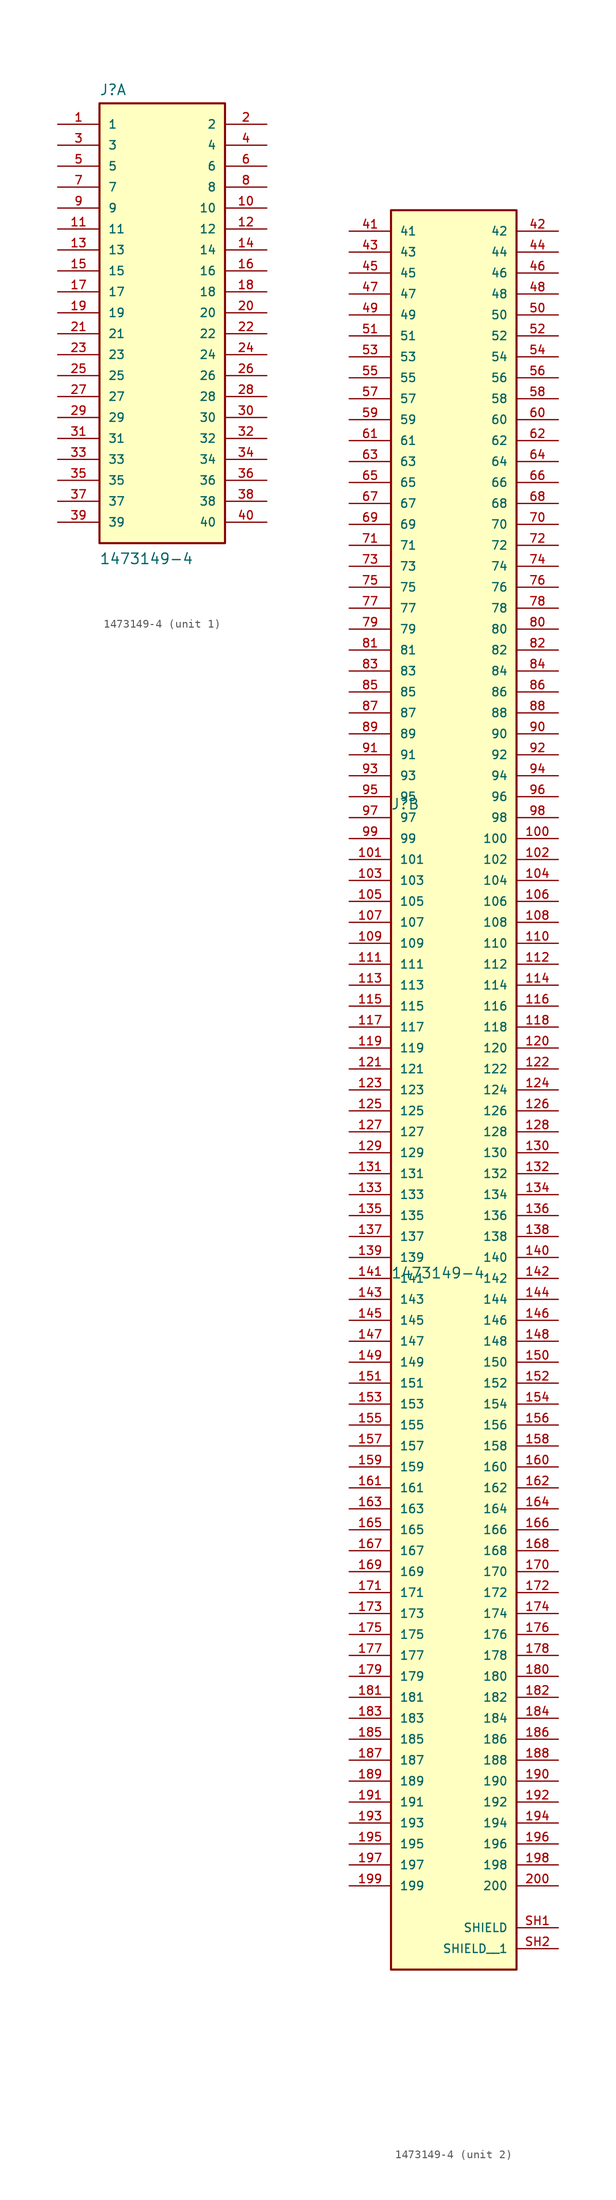
<source format=kicad_sym>
(kicad_symbol_lib
  (version 20211014)
  (generator https://github.com/uPesy/easyeda2kicad.py)
  (symbol "1473149-4"
    (pin_names
      (offset 1.016))
    (property "Reference" "J"
      (at -7.655 28.834 0)
      (effects (font (size 1.27 1.27)) (justify bottom left)))
    (property "Value" "1473149-4"
      (at -7.647 -28.038 0)
      (effects (font (size 1.27 1.27)) (justify bottom left)))
    (symbol "1473149-4_1_0"
      (rectangle (start -7.62 -25.4) (end 7.62 27.94) (stroke (width 0.254)) (fill (type background)))
      (pin passive line (at -12.7 25.4 0) (length 5.08) (name "1" (effects (font (size 1.016 1.016)))) (number "1" (effects (font (size 1.016 1.016)))))
      (pin passive line (at 12.7 25.4 180.0) (length 5.08) (name "2" (effects (font (size 1.016 1.016)))) (number "2" (effects (font (size 1.016 1.016)))))
      (pin passive line (at -12.7 22.86 0) (length 5.08) (name "3" (effects (font (size 1.016 1.016)))) (number "3" (effects (font (size 1.016 1.016)))))
      (pin passive line (at 12.7 22.86 180.0) (length 5.08) (name "4" (effects (font (size 1.016 1.016)))) (number "4" (effects (font (size 1.016 1.016)))))
      (pin passive line (at -12.7 20.32 0) (length 5.08) (name "5" (effects (font (size 1.016 1.016)))) (number "5" (effects (font (size 1.016 1.016)))))
      (pin passive line (at 12.7 20.32 180.0) (length 5.08) (name "6" (effects (font (size 1.016 1.016)))) (number "6" (effects (font (size 1.016 1.016)))))
      (pin passive line (at -12.7 17.78 0) (length 5.08) (name "7" (effects (font (size 1.016 1.016)))) (number "7" (effects (font (size 1.016 1.016)))))
      (pin passive line (at 12.7 17.78 180.0) (length 5.08) (name "8" (effects (font (size 1.016 1.016)))) (number "8" (effects (font (size 1.016 1.016)))))
      (pin passive line (at -12.7 15.24 0) (length 5.08) (name "9" (effects (font (size 1.016 1.016)))) (number "9" (effects (font (size 1.016 1.016)))))
      (pin passive line (at 12.7 15.24 180.0) (length 5.08) (name "10" (effects (font (size 1.016 1.016)))) (number "10" (effects (font (size 1.016 1.016)))))
      (pin passive line (at -12.7 12.7 0) (length 5.08) (name "11" (effects (font (size 1.016 1.016)))) (number "11" (effects (font (size 1.016 1.016)))))
      (pin passive line (at 12.7 12.7 180.0) (length 5.08) (name "12" (effects (font (size 1.016 1.016)))) (number "12" (effects (font (size 1.016 1.016)))))
      (pin passive line (at -12.7 10.16 0) (length 5.08) (name "13" (effects (font (size 1.016 1.016)))) (number "13" (effects (font (size 1.016 1.016)))))
      (pin passive line (at 12.7 10.16 180.0) (length 5.08) (name "14" (effects (font (size 1.016 1.016)))) (number "14" (effects (font (size 1.016 1.016)))))
      (pin passive line (at -12.7 7.62 0) (length 5.08) (name "15" (effects (font (size 1.016 1.016)))) (number "15" (effects (font (size 1.016 1.016)))))
      (pin passive line (at 12.7 7.62 180.0) (length 5.08) (name "16" (effects (font (size 1.016 1.016)))) (number "16" (effects (font (size 1.016 1.016)))))
      (pin passive line (at -12.7 5.08 0) (length 5.08) (name "17" (effects (font (size 1.016 1.016)))) (number "17" (effects (font (size 1.016 1.016)))))
      (pin passive line (at 12.7 5.08 180.0) (length 5.08) (name "18" (effects (font (size 1.016 1.016)))) (number "18" (effects (font (size 1.016 1.016)))))
      (pin passive line (at -12.7 2.54 0) (length 5.08) (name "19" (effects (font (size 1.016 1.016)))) (number "19" (effects (font (size 1.016 1.016)))))
      (pin passive line (at 12.7 2.54 180.0) (length 5.08) (name "20" (effects (font (size 1.016 1.016)))) (number "20" (effects (font (size 1.016 1.016)))))
      (pin passive line (at -12.7 0.0 0) (length 5.08) (name "21" (effects (font (size 1.016 1.016)))) (number "21" (effects (font (size 1.016 1.016)))))
      (pin passive line (at 12.7 0.0 180.0) (length 5.08) (name "22" (effects (font (size 1.016 1.016)))) (number "22" (effects (font (size 1.016 1.016)))))
      (pin passive line (at -12.7 -2.54 0) (length 5.08) (name "23" (effects (font (size 1.016 1.016)))) (number "23" (effects (font (size 1.016 1.016)))))
      (pin passive line (at 12.7 -2.54 180.0) (length 5.08) (name "24" (effects (font (size 1.016 1.016)))) (number "24" (effects (font (size 1.016 1.016)))))
      (pin passive line (at -12.7 -5.08 0) (length 5.08) (name "25" (effects (font (size 1.016 1.016)))) (number "25" (effects (font (size 1.016 1.016)))))
      (pin passive line (at 12.7 -5.08 180.0) (length 5.08) (name "26" (effects (font (size 1.016 1.016)))) (number "26" (effects (font (size 1.016 1.016)))))
      (pin passive line (at -12.7 -7.62 0) (length 5.08) (name "27" (effects (font (size 1.016 1.016)))) (number "27" (effects (font (size 1.016 1.016)))))
      (pin passive line (at 12.7 -7.62 180.0) (length 5.08) (name "28" (effects (font (size 1.016 1.016)))) (number "28" (effects (font (size 1.016 1.016)))))
      (pin passive line (at -12.7 -10.16 0) (length 5.08) (name "29" (effects (font (size 1.016 1.016)))) (number "29" (effects (font (size 1.016 1.016)))))
      (pin passive line (at 12.7 -10.16 180.0) (length 5.08) (name "30" (effects (font (size 1.016 1.016)))) (number "30" (effects (font (size 1.016 1.016)))))
      (pin passive line (at -12.7 -12.7 0) (length 5.08) (name "31" (effects (font (size 1.016 1.016)))) (number "31" (effects (font (size 1.016 1.016)))))
      (pin passive line (at 12.7 -12.7 180.0) (length 5.08) (name "32" (effects (font (size 1.016 1.016)))) (number "32" (effects (font (size 1.016 1.016)))))
      (pin passive line (at -12.7 -15.24 0) (length 5.08) (name "33" (effects (font (size 1.016 1.016)))) (number "33" (effects (font (size 1.016 1.016)))))
      (pin passive line (at 12.7 -15.24 180.0) (length 5.08) (name "34" (effects (font (size 1.016 1.016)))) (number "34" (effects (font (size 1.016 1.016)))))
      (pin passive line (at -12.7 -17.78 0) (length 5.08) (name "35" (effects (font (size 1.016 1.016)))) (number "35" (effects (font (size 1.016 1.016)))))
      (pin passive line (at 12.7 -17.78 180.0) (length 5.08) (name "36" (effects (font (size 1.016 1.016)))) (number "36" (effects (font (size 1.016 1.016)))))
      (pin passive line (at -12.7 -20.32 0) (length 5.08) (name "37" (effects (font (size 1.016 1.016)))) (number "37" (effects (font (size 1.016 1.016)))))
      (pin passive line (at 12.7 -20.32 180.0) (length 5.08) (name "38" (effects (font (size 1.016 1.016)))) (number "38" (effects (font (size 1.016 1.016)))))
      (pin passive line (at -12.7 -22.86 0) (length 5.08) (name "39" (effects (font (size 1.016 1.016)))) (number "39" (effects (font (size 1.016 1.016)))))
      (pin passive line (at 12.7 -22.86 180.0) (length 5.08) (name "40" (effects (font (size 1.016 1.016)))) (number "40" (effects (font (size 1.016 1.016))))))
    (symbol "1473149-4_2_0"
      (rectangle (start -7.62 -111.76) (end 7.62 101.6) (stroke (width 0.254)) (fill (type background)))
      (pin passive line (at -12.7 22.86 0) (length 5.08) (name "101" (effects (font (size 1.016 1.016)))) (number "101" (effects (font (size 1.016 1.016)))))
      (pin passive line (at 12.7 22.86 180.0) (length 5.08) (name "102" (effects (font (size 1.016 1.016)))) (number "102" (effects (font (size 1.016 1.016)))))
      (pin passive line (at -12.7 20.32 0) (length 5.08) (name "103" (effects (font (size 1.016 1.016)))) (number "103" (effects (font (size 1.016 1.016)))))
      (pin passive line (at 12.7 20.32 180.0) (length 5.08) (name "104" (effects (font (size 1.016 1.016)))) (number "104" (effects (font (size 1.016 1.016)))))
      (pin passive line (at -12.7 17.78 0) (length 5.08) (name "105" (effects (font (size 1.016 1.016)))) (number "105" (effects (font (size 1.016 1.016)))))
      (pin passive line (at 12.7 17.78 180.0) (length 5.08) (name "106" (effects (font (size 1.016 1.016)))) (number "106" (effects (font (size 1.016 1.016)))))
      (pin passive line (at -12.7 15.24 0) (length 5.08) (name "107" (effects (font (size 1.016 1.016)))) (number "107" (effects (font (size 1.016 1.016)))))
      (pin passive line (at 12.7 15.24 180.0) (length 5.08) (name "108" (effects (font (size 1.016 1.016)))) (number "108" (effects (font (size 1.016 1.016)))))
      (pin passive line (at -12.7 12.7 0) (length 5.08) (name "109" (effects (font (size 1.016 1.016)))) (number "109" (effects (font (size 1.016 1.016)))))
      (pin passive line (at 12.7 12.7 180.0) (length 5.08) (name "110" (effects (font (size 1.016 1.016)))) (number "110" (effects (font (size 1.016 1.016)))))
      (pin passive line (at -12.7 10.16 0) (length 5.08) (name "111" (effects (font (size 1.016 1.016)))) (number "111" (effects (font (size 1.016 1.016)))))
      (pin passive line (at 12.7 10.16 180.0) (length 5.08) (name "112" (effects (font (size 1.016 1.016)))) (number "112" (effects (font (size 1.016 1.016)))))
      (pin passive line (at -12.7 7.62 0) (length 5.08) (name "113" (effects (font (size 1.016 1.016)))) (number "113" (effects (font (size 1.016 1.016)))))
      (pin passive line (at 12.7 7.62 180.0) (length 5.08) (name "114" (effects (font (size 1.016 1.016)))) (number "114" (effects (font (size 1.016 1.016)))))
      (pin passive line (at -12.7 5.08 0) (length 5.08) (name "115" (effects (font (size 1.016 1.016)))) (number "115" (effects (font (size 1.016 1.016)))))
      (pin passive line (at 12.7 5.08 180.0) (length 5.08) (name "116" (effects (font (size 1.016 1.016)))) (number "116" (effects (font (size 1.016 1.016)))))
      (pin passive line (at -12.7 2.54 0) (length 5.08) (name "117" (effects (font (size 1.016 1.016)))) (number "117" (effects (font (size 1.016 1.016)))))
      (pin passive line (at 12.7 2.54 180.0) (length 5.08) (name "118" (effects (font (size 1.016 1.016)))) (number "118" (effects (font (size 1.016 1.016)))))
      (pin passive line (at -12.7 0.0 0) (length 5.08) (name "119" (effects (font (size 1.016 1.016)))) (number "119" (effects (font (size 1.016 1.016)))))
      (pin passive line (at 12.7 0.0 180.0) (length 5.08) (name "120" (effects (font (size 1.016 1.016)))) (number "120" (effects (font (size 1.016 1.016)))))
      (pin passive line (at -12.7 -2.54 0) (length 5.08) (name "121" (effects (font (size 1.016 1.016)))) (number "121" (effects (font (size 1.016 1.016)))))
      (pin passive line (at 12.7 -2.54 180.0) (length 5.08) (name "122" (effects (font (size 1.016 1.016)))) (number "122" (effects (font (size 1.016 1.016)))))
      (pin passive line (at -12.7 -5.08 0) (length 5.08) (name "123" (effects (font (size 1.016 1.016)))) (number "123" (effects (font (size 1.016 1.016)))))
      (pin passive line (at 12.7 -5.08 180.0) (length 5.08) (name "124" (effects (font (size 1.016 1.016)))) (number "124" (effects (font (size 1.016 1.016)))))
      (pin passive line (at -12.7 -7.62 0) (length 5.08) (name "125" (effects (font (size 1.016 1.016)))) (number "125" (effects (font (size 1.016 1.016)))))
      (pin passive line (at 12.7 -7.62 180.0) (length 5.08) (name "126" (effects (font (size 1.016 1.016)))) (number "126" (effects (font (size 1.016 1.016)))))
      (pin passive line (at -12.7 -10.16 0) (length 5.08) (name "127" (effects (font (size 1.016 1.016)))) (number "127" (effects (font (size 1.016 1.016)))))
      (pin passive line (at 12.7 -10.16 180.0) (length 5.08) (name "128" (effects (font (size 1.016 1.016)))) (number "128" (effects (font (size 1.016 1.016)))))
      (pin passive line (at -12.7 -12.7 0) (length 5.08) (name "129" (effects (font (size 1.016 1.016)))) (number "129" (effects (font (size 1.016 1.016)))))
      (pin passive line (at 12.7 -12.7 180.0) (length 5.08) (name "130" (effects (font (size 1.016 1.016)))) (number "130" (effects (font (size 1.016 1.016)))))
      (pin passive line (at -12.7 -15.24 0) (length 5.08) (name "131" (effects (font (size 1.016 1.016)))) (number "131" (effects (font (size 1.016 1.016)))))
      (pin passive line (at 12.7 -15.24 180.0) (length 5.08) (name "132" (effects (font (size 1.016 1.016)))) (number "132" (effects (font (size 1.016 1.016)))))
      (pin passive line (at -12.7 -17.78 0) (length 5.08) (name "133" (effects (font (size 1.016 1.016)))) (number "133" (effects (font (size 1.016 1.016)))))
      (pin passive line (at 12.7 -17.78 180.0) (length 5.08) (name "134" (effects (font (size 1.016 1.016)))) (number "134" (effects (font (size 1.016 1.016)))))
      (pin passive line (at -12.7 -20.32 0) (length 5.08) (name "135" (effects (font (size 1.016 1.016)))) (number "135" (effects (font (size 1.016 1.016)))))
      (pin passive line (at 12.7 -20.32 180.0) (length 5.08) (name "136" (effects (font (size 1.016 1.016)))) (number "136" (effects (font (size 1.016 1.016)))))
      (pin passive line (at -12.7 -22.86 0) (length 5.08) (name "137" (effects (font (size 1.016 1.016)))) (number "137" (effects (font (size 1.016 1.016)))))
      (pin passive line (at 12.7 -22.86 180.0) (length 5.08) (name "138" (effects (font (size 1.016 1.016)))) (number "138" (effects (font (size 1.016 1.016)))))
      (pin passive line (at -12.7 -25.4 0) (length 5.08) (name "139" (effects (font (size 1.016 1.016)))) (number "139" (effects (font (size 1.016 1.016)))))
      (pin passive line (at 12.7 -25.4 180.0) (length 5.08) (name "140" (effects (font (size 1.016 1.016)))) (number "140" (effects (font (size 1.016 1.016)))))
      (pin passive line (at -12.7 -27.94 0) (length 5.08) (name "141" (effects (font (size 1.016 1.016)))) (number "141" (effects (font (size 1.016 1.016)))))
      (pin passive line (at 12.7 -27.94 180.0) (length 5.08) (name "142" (effects (font (size 1.016 1.016)))) (number "142" (effects (font (size 1.016 1.016)))))
      (pin passive line (at -12.7 -30.48 0) (length 5.08) (name "143" (effects (font (size 1.016 1.016)))) (number "143" (effects (font (size 1.016 1.016)))))
      (pin passive line (at 12.7 -30.48 180.0) (length 5.08) (name "144" (effects (font (size 1.016 1.016)))) (number "144" (effects (font (size 1.016 1.016)))))
      (pin passive line (at -12.7 -33.02 0) (length 5.08) (name "145" (effects (font (size 1.016 1.016)))) (number "145" (effects (font (size 1.016 1.016)))))
      (pin passive line (at 12.7 -33.02 180.0) (length 5.08) (name "146" (effects (font (size 1.016 1.016)))) (number "146" (effects (font (size 1.016 1.016)))))
      (pin passive line (at -12.7 -35.56 0) (length 5.08) (name "147" (effects (font (size 1.016 1.016)))) (number "147" (effects (font (size 1.016 1.016)))))
      (pin passive line (at 12.7 -35.56 180.0) (length 5.08) (name "148" (effects (font (size 1.016 1.016)))) (number "148" (effects (font (size 1.016 1.016)))))
      (pin passive line (at -12.7 -38.1 0) (length 5.08) (name "149" (effects (font (size 1.016 1.016)))) (number "149" (effects (font (size 1.016 1.016)))))
      (pin passive line (at 12.7 -38.1 180.0) (length 5.08) (name "150" (effects (font (size 1.016 1.016)))) (number "150" (effects (font (size 1.016 1.016)))))
      (pin passive line (at -12.7 -40.64 0) (length 5.08) (name "151" (effects (font (size 1.016 1.016)))) (number "151" (effects (font (size 1.016 1.016)))))
      (pin passive line (at 12.7 -40.64 180.0) (length 5.08) (name "152" (effects (font (size 1.016 1.016)))) (number "152" (effects (font (size 1.016 1.016)))))
      (pin passive line (at -12.7 -43.18 0) (length 5.08) (name "153" (effects (font (size 1.016 1.016)))) (number "153" (effects (font (size 1.016 1.016)))))
      (pin passive line (at 12.7 -43.18 180.0) (length 5.08) (name "154" (effects (font (size 1.016 1.016)))) (number "154" (effects (font (size 1.016 1.016)))))
      (pin passive line (at -12.7 -45.72 0) (length 5.08) (name "155" (effects (font (size 1.016 1.016)))) (number "155" (effects (font (size 1.016 1.016)))))
      (pin passive line (at 12.7 -45.72 180.0) (length 5.08) (name "156" (effects (font (size 1.016 1.016)))) (number "156" (effects (font (size 1.016 1.016)))))
      (pin passive line (at -12.7 -48.26 0) (length 5.08) (name "157" (effects (font (size 1.016 1.016)))) (number "157" (effects (font (size 1.016 1.016)))))
      (pin passive line (at 12.7 -48.26 180.0) (length 5.08) (name "158" (effects (font (size 1.016 1.016)))) (number "158" (effects (font (size 1.016 1.016)))))
      (pin passive line (at -12.7 -50.8 0) (length 5.08) (name "159" (effects (font (size 1.016 1.016)))) (number "159" (effects (font (size 1.016 1.016)))))
      (pin passive line (at 12.7 -50.8 180.0) (length 5.08) (name "160" (effects (font (size 1.016 1.016)))) (number "160" (effects (font (size 1.016 1.016)))))
      (pin passive line (at -12.7 -53.34 0) (length 5.08) (name "161" (effects (font (size 1.016 1.016)))) (number "161" (effects (font (size 1.016 1.016)))))
      (pin passive line (at 12.7 -53.34 180.0) (length 5.08) (name "162" (effects (font (size 1.016 1.016)))) (number "162" (effects (font (size 1.016 1.016)))))
      (pin passive line (at -12.7 -55.88 0) (length 5.08) (name "163" (effects (font (size 1.016 1.016)))) (number "163" (effects (font (size 1.016 1.016)))))
      (pin passive line (at 12.7 -55.88 180.0) (length 5.08) (name "164" (effects (font (size 1.016 1.016)))) (number "164" (effects (font (size 1.016 1.016)))))
      (pin passive line (at -12.7 -58.42 0) (length 5.08) (name "165" (effects (font (size 1.016 1.016)))) (number "165" (effects (font (size 1.016 1.016)))))
      (pin passive line (at 12.7 -58.42 180.0) (length 5.08) (name "166" (effects (font (size 1.016 1.016)))) (number "166" (effects (font (size 1.016 1.016)))))
      (pin passive line (at -12.7 -60.96 0) (length 5.08) (name "167" (effects (font (size 1.016 1.016)))) (number "167" (effects (font (size 1.016 1.016)))))
      (pin passive line (at 12.7 -60.96 180.0) (length 5.08) (name "168" (effects (font (size 1.016 1.016)))) (number "168" (effects (font (size 1.016 1.016)))))
      (pin passive line (at -12.7 -63.5 0) (length 5.08) (name "169" (effects (font (size 1.016 1.016)))) (number "169" (effects (font (size 1.016 1.016)))))
      (pin passive line (at 12.7 -63.5 180.0) (length 5.08) (name "170" (effects (font (size 1.016 1.016)))) (number "170" (effects (font (size 1.016 1.016)))))
      (pin passive line (at -12.7 -66.04 0) (length 5.08) (name "171" (effects (font (size 1.016 1.016)))) (number "171" (effects (font (size 1.016 1.016)))))
      (pin passive line (at 12.7 -66.04 180.0) (length 5.08) (name "172" (effects (font (size 1.016 1.016)))) (number "172" (effects (font (size 1.016 1.016)))))
      (pin passive line (at -12.7 -68.58 0) (length 5.08) (name "173" (effects (font (size 1.016 1.016)))) (number "173" (effects (font (size 1.016 1.016)))))
      (pin passive line (at 12.7 -68.58 180.0) (length 5.08) (name "174" (effects (font (size 1.016 1.016)))) (number "174" (effects (font (size 1.016 1.016)))))
      (pin passive line (at -12.7 -71.12 0) (length 5.08) (name "175" (effects (font (size 1.016 1.016)))) (number "175" (effects (font (size 1.016 1.016)))))
      (pin passive line (at 12.7 -71.12 180.0) (length 5.08) (name "176" (effects (font (size 1.016 1.016)))) (number "176" (effects (font (size 1.016 1.016)))))
      (pin passive line (at -12.7 -73.66 0) (length 5.08) (name "177" (effects (font (size 1.016 1.016)))) (number "177" (effects (font (size 1.016 1.016)))))
      (pin passive line (at 12.7 -73.66 180.0) (length 5.08) (name "178" (effects (font (size 1.016 1.016)))) (number "178" (effects (font (size 1.016 1.016)))))
      (pin passive line (at -12.7 -76.2 0) (length 5.08) (name "179" (effects (font (size 1.016 1.016)))) (number "179" (effects (font (size 1.016 1.016)))))
      (pin passive line (at 12.7 -76.2 180.0) (length 5.08) (name "180" (effects (font (size 1.016 1.016)))) (number "180" (effects (font (size 1.016 1.016)))))
      (pin passive line (at -12.7 -78.74 0) (length 5.08) (name "181" (effects (font (size 1.016 1.016)))) (number "181" (effects (font (size 1.016 1.016)))))
      (pin passive line (at 12.7 -78.74 180.0) (length 5.08) (name "182" (effects (font (size 1.016 1.016)))) (number "182" (effects (font (size 1.016 1.016)))))
      (pin passive line (at -12.7 -81.28 0) (length 5.08) (name "183" (effects (font (size 1.016 1.016)))) (number "183" (effects (font (size 1.016 1.016)))))
      (pin passive line (at 12.7 -81.28 180.0) (length 5.08) (name "184" (effects (font (size 1.016 1.016)))) (number "184" (effects (font (size 1.016 1.016)))))
      (pin passive line (at -12.7 -83.82 0) (length 5.08) (name "185" (effects (font (size 1.016 1.016)))) (number "185" (effects (font (size 1.016 1.016)))))
      (pin passive line (at 12.7 -83.82 180.0) (length 5.08) (name "186" (effects (font (size 1.016 1.016)))) (number "186" (effects (font (size 1.016 1.016)))))
      (pin passive line (at -12.7 -86.36 0) (length 5.08) (name "187" (effects (font (size 1.016 1.016)))) (number "187" (effects (font (size 1.016 1.016)))))
      (pin passive line (at 12.7 -86.36 180.0) (length 5.08) (name "188" (effects (font (size 1.016 1.016)))) (number "188" (effects (font (size 1.016 1.016)))))
      (pin passive line (at -12.7 -88.9 0) (length 5.08) (name "189" (effects (font (size 1.016 1.016)))) (number "189" (effects (font (size 1.016 1.016)))))
      (pin passive line (at 12.7 -88.9 180.0) (length 5.08) (name "190" (effects (font (size 1.016 1.016)))) (number "190" (effects (font (size 1.016 1.016)))))
      (pin passive line (at -12.7 -91.44 0) (length 5.08) (name "191" (effects (font (size 1.016 1.016)))) (number "191" (effects (font (size 1.016 1.016)))))
      (pin passive line (at 12.7 -91.44 180.0) (length 5.08) (name "192" (effects (font (size 1.016 1.016)))) (number "192" (effects (font (size 1.016 1.016)))))
      (pin passive line (at -12.7 -93.98 0) (length 5.08) (name "193" (effects (font (size 1.016 1.016)))) (number "193" (effects (font (size 1.016 1.016)))))
      (pin passive line (at 12.7 -93.98 180.0) (length 5.08) (name "194" (effects (font (size 1.016 1.016)))) (number "194" (effects (font (size 1.016 1.016)))))
      (pin passive line (at -12.7 -96.52 0) (length 5.08) (name "195" (effects (font (size 1.016 1.016)))) (number "195" (effects (font (size 1.016 1.016)))))
      (pin passive line (at 12.7 -96.52 180.0) (length 5.08) (name "196" (effects (font (size 1.016 1.016)))) (number "196" (effects (font (size 1.016 1.016)))))
      (pin passive line (at -12.7 -99.06 0) (length 5.08) (name "197" (effects (font (size 1.016 1.016)))) (number "197" (effects (font (size 1.016 1.016)))))
      (pin passive line (at 12.7 -99.06 180.0) (length 5.08) (name "198" (effects (font (size 1.016 1.016)))) (number "198" (effects (font (size 1.016 1.016)))))
      (pin passive line (at -12.7 -101.6 0) (length 5.08) (name "199" (effects (font (size 1.016 1.016)))) (number "199" (effects (font (size 1.016 1.016)))))
      (pin passive line (at 12.7 -101.6 180.0) (length 5.08) (name "200" (effects (font (size 1.016 1.016)))) (number "200" (effects (font (size 1.016 1.016)))))
      (pin passive line (at 12.7 -106.68 180.0) (length 5.08) (name "SHIELD" (effects (font (size 1.016 1.016)))) (number "SH1" (effects (font (size 1.016 1.016)))))
      (pin passive line (at -12.7 99.06 0) (length 5.08) (name "41" (effects (font (size 1.016 1.016)))) (number "41" (effects (font (size 1.016 1.016)))))
      (pin passive line (at 12.7 99.06 180.0) (length 5.08) (name "42" (effects (font (size 1.016 1.016)))) (number "42" (effects (font (size 1.016 1.016)))))
      (pin passive line (at -12.7 96.52 0) (length 5.08) (name "43" (effects (font (size 1.016 1.016)))) (number "43" (effects (font (size 1.016 1.016)))))
      (pin passive line (at 12.7 96.52 180.0) (length 5.08) (name "44" (effects (font (size 1.016 1.016)))) (number "44" (effects (font (size 1.016 1.016)))))
      (pin passive line (at -12.7 93.98 0) (length 5.08) (name "45" (effects (font (size 1.016 1.016)))) (number "45" (effects (font (size 1.016 1.016)))))
      (pin passive line (at 12.7 93.98 180.0) (length 5.08) (name "46" (effects (font (size 1.016 1.016)))) (number "46" (effects (font (size 1.016 1.016)))))
      (pin passive line (at -12.7 91.44 0) (length 5.08) (name "47" (effects (font (size 1.016 1.016)))) (number "47" (effects (font (size 1.016 1.016)))))
      (pin passive line (at 12.7 91.44 180.0) (length 5.08) (name "48" (effects (font (size 1.016 1.016)))) (number "48" (effects (font (size 1.016 1.016)))))
      (pin passive line (at -12.7 88.9 0) (length 5.08) (name "49" (effects (font (size 1.016 1.016)))) (number "49" (effects (font (size 1.016 1.016)))))
      (pin passive line (at 12.7 88.9 180.0) (length 5.08) (name "50" (effects (font (size 1.016 1.016)))) (number "50" (effects (font (size 1.016 1.016)))))
      (pin passive line (at -12.7 86.36 0) (length 5.08) (name "51" (effects (font (size 1.016 1.016)))) (number "51" (effects (font (size 1.016 1.016)))))
      (pin passive line (at 12.7 86.36 180.0) (length 5.08) (name "52" (effects (font (size 1.016 1.016)))) (number "52" (effects (font (size 1.016 1.016)))))
      (pin passive line (at -12.7 83.82 0) (length 5.08) (name "53" (effects (font (size 1.016 1.016)))) (number "53" (effects (font (size 1.016 1.016)))))
      (pin passive line (at 12.7 83.82 180.0) (length 5.08) (name "54" (effects (font (size 1.016 1.016)))) (number "54" (effects (font (size 1.016 1.016)))))
      (pin passive line (at -12.7 81.28 0) (length 5.08) (name "55" (effects (font (size 1.016 1.016)))) (number "55" (effects (font (size 1.016 1.016)))))
      (pin passive line (at 12.7 81.28 180.0) (length 5.08) (name "56" (effects (font (size 1.016 1.016)))) (number "56" (effects (font (size 1.016 1.016)))))
      (pin passive line (at -12.7 78.74 0) (length 5.08) (name "57" (effects (font (size 1.016 1.016)))) (number "57" (effects (font (size 1.016 1.016)))))
      (pin passive line (at 12.7 78.74 180.0) (length 5.08) (name "58" (effects (font (size 1.016 1.016)))) (number "58" (effects (font (size 1.016 1.016)))))
      (pin passive line (at -12.7 76.2 0) (length 5.08) (name "59" (effects (font (size 1.016 1.016)))) (number "59" (effects (font (size 1.016 1.016)))))
      (pin passive line (at 12.7 76.2 180.0) (length 5.08) (name "60" (effects (font (size 1.016 1.016)))) (number "60" (effects (font (size 1.016 1.016)))))
      (pin passive line (at -12.7 73.66 0) (length 5.08) (name "61" (effects (font (size 1.016 1.016)))) (number "61" (effects (font (size 1.016 1.016)))))
      (pin passive line (at 12.7 73.66 180.0) (length 5.08) (name "62" (effects (font (size 1.016 1.016)))) (number "62" (effects (font (size 1.016 1.016)))))
      (pin passive line (at -12.7 71.12 0) (length 5.08) (name "63" (effects (font (size 1.016 1.016)))) (number "63" (effects (font (size 1.016 1.016)))))
      (pin passive line (at 12.7 71.12 180.0) (length 5.08) (name "64" (effects (font (size 1.016 1.016)))) (number "64" (effects (font (size 1.016 1.016)))))
      (pin passive line (at -12.7 68.58 0) (length 5.08) (name "65" (effects (font (size 1.016 1.016)))) (number "65" (effects (font (size 1.016 1.016)))))
      (pin passive line (at 12.7 68.58 180.0) (length 5.08) (name "66" (effects (font (size 1.016 1.016)))) (number "66" (effects (font (size 1.016 1.016)))))
      (pin passive line (at -12.7 66.04 0) (length 5.08) (name "67" (effects (font (size 1.016 1.016)))) (number "67" (effects (font (size 1.016 1.016)))))
      (pin passive line (at 12.7 66.04 180.0) (length 5.08) (name "68" (effects (font (size 1.016 1.016)))) (number "68" (effects (font (size 1.016 1.016)))))
      (pin passive line (at -12.7 63.5 0) (length 5.08) (name "69" (effects (font (size 1.016 1.016)))) (number "69" (effects (font (size 1.016 1.016)))))
      (pin passive line (at 12.7 63.5 180.0) (length 5.08) (name "70" (effects (font (size 1.016 1.016)))) (number "70" (effects (font (size 1.016 1.016)))))
      (pin passive line (at -12.7 60.96 0) (length 5.08) (name "71" (effects (font (size 1.016 1.016)))) (number "71" (effects (font (size 1.016 1.016)))))
      (pin passive line (at 12.7 60.96 180.0) (length 5.08) (name "72" (effects (font (size 1.016 1.016)))) (number "72" (effects (font (size 1.016 1.016)))))
      (pin passive line (at -12.7 58.42 0) (length 5.08) (name "73" (effects (font (size 1.016 1.016)))) (number "73" (effects (font (size 1.016 1.016)))))
      (pin passive line (at 12.7 58.42 180.0) (length 5.08) (name "74" (effects (font (size 1.016 1.016)))) (number "74" (effects (font (size 1.016 1.016)))))
      (pin passive line (at -12.7 55.88 0) (length 5.08) (name "75" (effects (font (size 1.016 1.016)))) (number "75" (effects (font (size 1.016 1.016)))))
      (pin passive line (at 12.7 55.88 180.0) (length 5.08) (name "76" (effects (font (size 1.016 1.016)))) (number "76" (effects (font (size 1.016 1.016)))))
      (pin passive line (at -12.7 53.34 0) (length 5.08) (name "77" (effects (font (size 1.016 1.016)))) (number "77" (effects (font (size 1.016 1.016)))))
      (pin passive line (at 12.7 53.34 180.0) (length 5.08) (name "78" (effects (font (size 1.016 1.016)))) (number "78" (effects (font (size 1.016 1.016)))))
      (pin passive line (at -12.7 50.8 0) (length 5.08) (name "79" (effects (font (size 1.016 1.016)))) (number "79" (effects (font (size 1.016 1.016)))))
      (pin passive line (at 12.7 50.8 180.0) (length 5.08) (name "80" (effects (font (size 1.016 1.016)))) (number "80" (effects (font (size 1.016 1.016)))))
      (pin passive line (at -12.7 48.26 0) (length 5.08) (name "81" (effects (font (size 1.016 1.016)))) (number "81" (effects (font (size 1.016 1.016)))))
      (pin passive line (at 12.7 48.26 180.0) (length 5.08) (name "82" (effects (font (size 1.016 1.016)))) (number "82" (effects (font (size 1.016 1.016)))))
      (pin passive line (at -12.7 45.72 0) (length 5.08) (name "83" (effects (font (size 1.016 1.016)))) (number "83" (effects (font (size 1.016 1.016)))))
      (pin passive line (at 12.7 45.72 180.0) (length 5.08) (name "84" (effects (font (size 1.016 1.016)))) (number "84" (effects (font (size 1.016 1.016)))))
      (pin passive line (at -12.7 43.18 0) (length 5.08) (name "85" (effects (font (size 1.016 1.016)))) (number "85" (effects (font (size 1.016 1.016)))))
      (pin passive line (at 12.7 43.18 180.0) (length 5.08) (name "86" (effects (font (size 1.016 1.016)))) (number "86" (effects (font (size 1.016 1.016)))))
      (pin passive line (at -12.7 40.64 0) (length 5.08) (name "87" (effects (font (size 1.016 1.016)))) (number "87" (effects (font (size 1.016 1.016)))))
      (pin passive line (at 12.7 40.64 180.0) (length 5.08) (name "88" (effects (font (size 1.016 1.016)))) (number "88" (effects (font (size 1.016 1.016)))))
      (pin passive line (at -12.7 38.1 0) (length 5.08) (name "89" (effects (font (size 1.016 1.016)))) (number "89" (effects (font (size 1.016 1.016)))))
      (pin passive line (at 12.7 38.1 180.0) (length 5.08) (name "90" (effects (font (size 1.016 1.016)))) (number "90" (effects (font (size 1.016 1.016)))))
      (pin passive line (at -12.7 35.56 0) (length 5.08) (name "91" (effects (font (size 1.016 1.016)))) (number "91" (effects (font (size 1.016 1.016)))))
      (pin passive line (at 12.7 35.56 180.0) (length 5.08) (name "92" (effects (font (size 1.016 1.016)))) (number "92" (effects (font (size 1.016 1.016)))))
      (pin passive line (at -12.7 33.02 0) (length 5.08) (name "93" (effects (font (size 1.016 1.016)))) (number "93" (effects (font (size 1.016 1.016)))))
      (pin passive line (at 12.7 33.02 180.0) (length 5.08) (name "94" (effects (font (size 1.016 1.016)))) (number "94" (effects (font (size 1.016 1.016)))))
      (pin passive line (at -12.7 30.48 0) (length 5.08) (name "95" (effects (font (size 1.016 1.016)))) (number "95" (effects (font (size 1.016 1.016)))))
      (pin passive line (at 12.7 30.48 180.0) (length 5.08) (name "96" (effects (font (size 1.016 1.016)))) (number "96" (effects (font (size 1.016 1.016)))))
      (pin passive line (at -12.7 27.94 0) (length 5.08) (name "97" (effects (font (size 1.016 1.016)))) (number "97" (effects (font (size 1.016 1.016)))))
      (pin passive line (at 12.7 27.94 180.0) (length 5.08) (name "98" (effects (font (size 1.016 1.016)))) (number "98" (effects (font (size 1.016 1.016)))))
      (pin passive line (at -12.7 25.4 0) (length 5.08) (name "99" (effects (font (size 1.016 1.016)))) (number "99" (effects (font (size 1.016 1.016)))))
      (pin passive line (at 12.7 25.4 180.0) (length 5.08) (name "100" (effects (font (size 1.016 1.016)))) (number "100" (effects (font (size 1.016 1.016)))))
      (pin passive line (at 12.7 -109.22 180.0) (length 5.08) (name "SHIELD__1" (effects (font (size 1.016 1.016)))) (number "SH2" (effects (font (size 1.016 1.016))))))))
</source>
